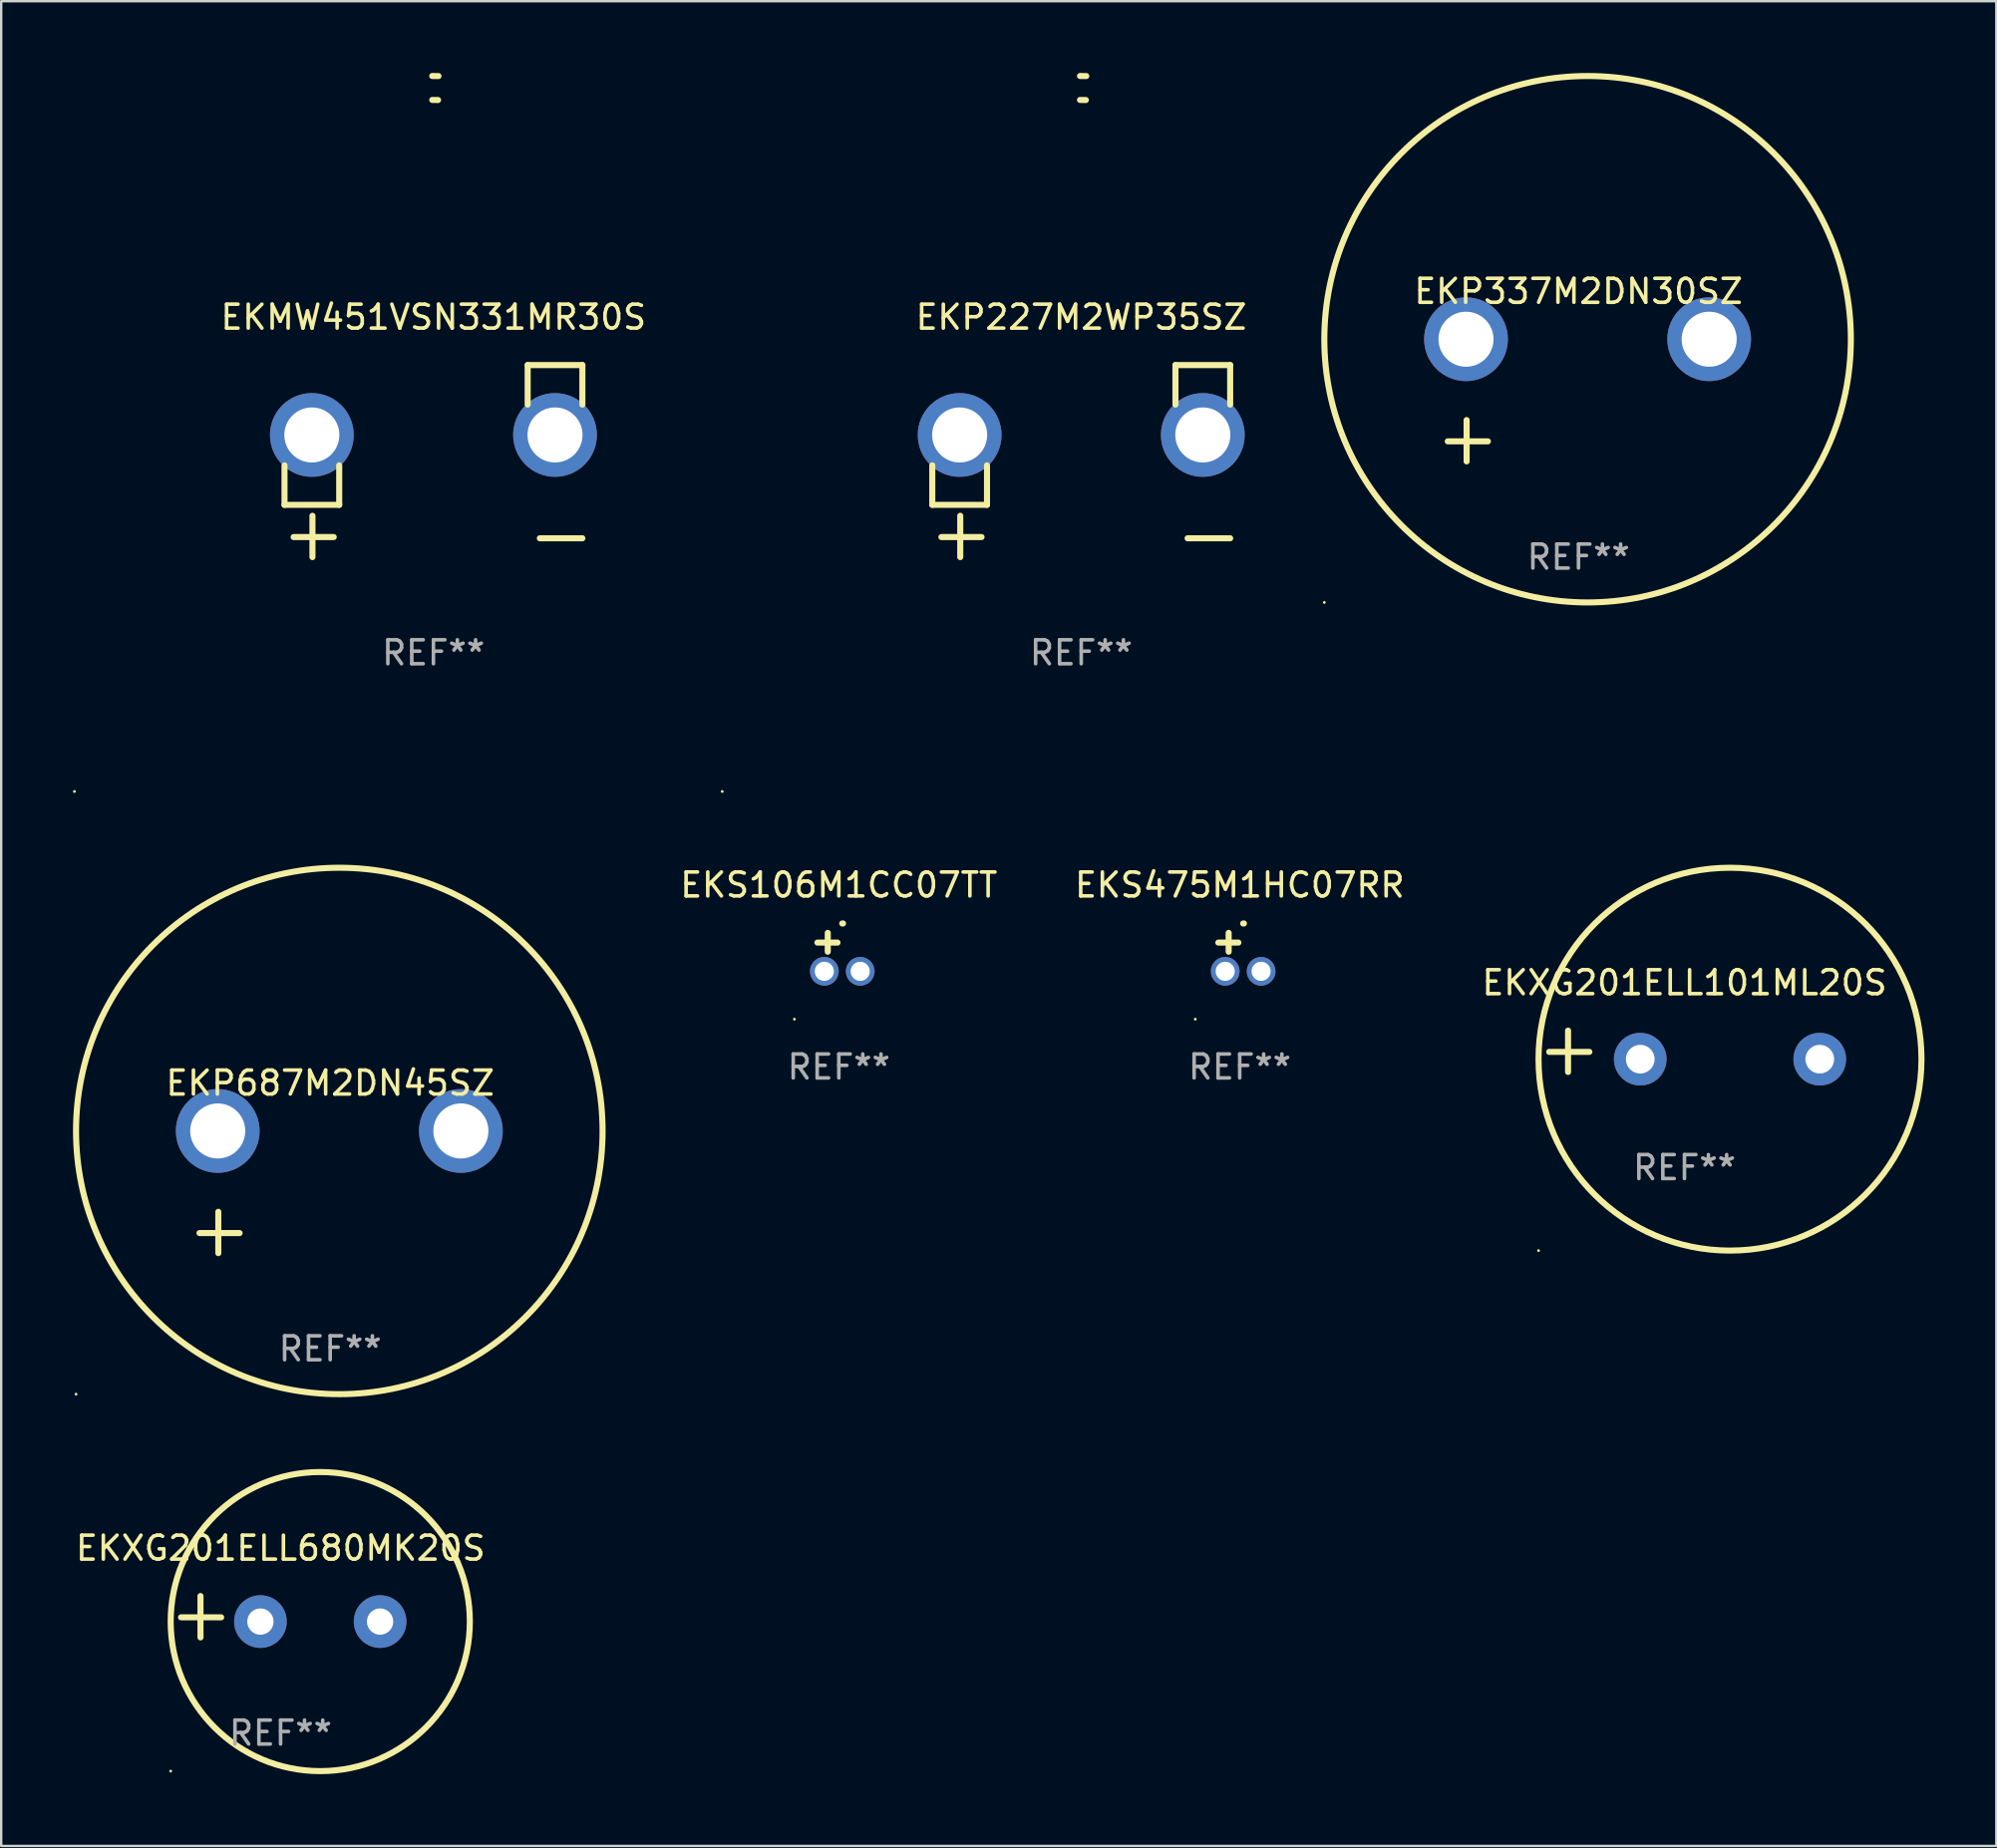
<source format=kicad_pcb>
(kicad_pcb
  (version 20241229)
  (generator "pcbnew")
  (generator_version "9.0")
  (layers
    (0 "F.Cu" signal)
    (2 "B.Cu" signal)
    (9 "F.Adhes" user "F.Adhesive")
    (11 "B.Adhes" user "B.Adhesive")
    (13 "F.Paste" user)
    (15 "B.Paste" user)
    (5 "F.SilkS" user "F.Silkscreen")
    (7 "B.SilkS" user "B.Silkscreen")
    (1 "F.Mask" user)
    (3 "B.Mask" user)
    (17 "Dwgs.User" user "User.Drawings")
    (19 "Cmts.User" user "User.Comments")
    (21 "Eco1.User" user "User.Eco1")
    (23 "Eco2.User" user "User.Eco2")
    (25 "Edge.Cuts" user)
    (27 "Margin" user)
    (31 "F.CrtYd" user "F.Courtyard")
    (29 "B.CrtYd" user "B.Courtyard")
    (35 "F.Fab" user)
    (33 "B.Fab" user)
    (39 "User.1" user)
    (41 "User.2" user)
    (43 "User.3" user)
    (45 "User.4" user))
  (footprint "EKP227M2WP35SZ"
    (layer "F.Cu")
    (at 42.126 16.22)
    (property "Reference" "EKP227M2WP35SZ" (at 0 -6.013 0) (layer "F.SilkS") (effects (font (size 1 1) (thickness 0.15))))
    (attr through_hole)
    (fp_line (start -6.223 0.178) (end -6.223 1.829) (stroke (width 0.254) (type solid)) (layer "F.SilkS"))
    (fp_line (start -6.223 1.829) (end -3.937 1.829) (stroke (width 0.254) (type solid)) (layer "F.SilkS"))
    (fp_line (start -5.055 4.013) (end -5.055 2.286) (stroke (width 0.254) (type solid)) (layer "F.SilkS"))
    (fp_line (start -4.166 3.175) (end -5.842 3.175) (stroke (width 0.254) (type solid)) (layer "F.SilkS"))
    (fp_line (start -3.937 1.829) (end -3.937 0.178) (stroke (width 0.254) (type solid)) (layer "F.SilkS"))
    (fp_line (start 3.937 -4.013) (end 3.937 -2.362) (stroke (width 0.254) (type solid)) (layer "F.SilkS"))
    (fp_line (start 6.223 -4.013) (end 3.937 -4.013) (stroke (width 0.254) (type solid)) (layer "F.SilkS"))
    (fp_line (start 6.223 -2.362) (end 6.223 -4.013) (stroke (width 0.254) (type solid)) (layer "F.SilkS"))
    (fp_line (start 6.223 3.226) (end 4.445 3.226) (stroke (width 0.254) (type solid)) (layer "F.SilkS"))
    (fp_arc (start -0.0508 -16.093472) (mid 0.080016 -16.092762) (end 0.210821 -16.090932) (stroke (width 0.254001) (type solid)) (layer "F.SilkS"))
    (fp_arc (start -0.0508 -15.09271) (mid 0.071125 -15.091961) (end 0.19304 -15.09017) (stroke (width 0.254001) (type solid)) (layer "F.SilkS"))
    (fp_circle (center -15 13.808) (end -14.97 13.808) (stroke (width 0.06) (type solid)) (fill no) (layer "F.SilkS"))
    (fp_text user "REF**" (at 0 8.013 0) (layer "F.Fab") (effects (font (size 1 1) (thickness 0.15))))
    (pad "1" thru_hole circle (at -5.08 -1.092) (size 3.5 3.5) (drill 2.3) (layers "*.Cu" "*.Mask"))
    (pad "2" thru_hole circle (at 5.08 -1.092) (size 3.5 3.5) (drill 2.3) (layers "*.Cu" "*.Mask")))
  (footprint "EKXG201ELL101ML20S"
    (layer "F.Cu")
    (at 67.331 40.885)
    (property "Reference" "EKXG201ELL101ML20S" (at 0 -2.864 0) (layer "F.SilkS") (effects (font (size 1 1) (thickness 0.15))))
    (attr through_hole)
    (fp_line (start -4.864 0.864) (end -4.864 -0.864) (stroke (width 0.254) (type solid)) (layer "F.SilkS"))
    (fp_line (start -3.975 0.025) (end -5.652 0.025) (stroke (width 0.254) (type solid)) (layer "F.SilkS"))
    (fp_circle (center -6.098 8.33) (end -6.068 8.33) (stroke (width 0.06) (type solid)) (fill no) (layer "F.SilkS"))
    (fp_circle (center 1.902 0.33) (end 9.902 0.33) (stroke (width 0.254) (type solid)) (fill no) (layer "F.SilkS"))
    (fp_text user "REF**" (at 0 4.864 0) (layer "F.Fab") (effects (font (size 1 1) (thickness 0.15))))
    (pad "1" thru_hole circle (at -1.848 0.33) (size 2.2 2.2) (drill 1.2) (layers "*.Cu" "*.Mask"))
    (pad "2" thru_hole circle (at 5.652 0.33) (size 2.2 2.2) (drill 1.2) (layers "*.Cu" "*.Mask")))
  (footprint "EKXG201ELL680MK20S"
    (layer "F.Cu")
    (at 8.673 64.516)
    (property "Reference" "EKXG201ELL680MK20S" (at 0 -2.864 0) (layer "F.SilkS") (effects (font (size 1 1) (thickness 0.15))))
    (attr through_hole)
    (fp_line (start -3.346 0.864) (end -3.346 -0.864) (stroke (width 0.254) (type solid)) (layer "F.SilkS"))
    (fp_line (start -2.482 0.025) (end -4.158 0.025) (stroke (width 0.254) (type solid)) (layer "F.SilkS"))
    (fp_circle (center -4.592 6.453) (end -4.562 6.453) (stroke (width 0.06) (type solid)) (fill no) (layer "F.SilkS"))
    (fp_circle (center 1.658 0.203) (end 7.908 0.203) (stroke (width 0.254) (type solid)) (fill no) (layer "F.SilkS"))
    (fp_text user "REF**" (at 0 4.864 0) (layer "F.Fab") (effects (font (size 1 1) (thickness 0.15))))
    (pad "1" thru_hole circle (at -0.842 0.203) (size 2.2 2.2) (drill 1.1) (layers "*.Cu" "*.Mask"))
    (pad "2" thru_hole circle (at 4.158 0.203) (size 2.2 2.2) (drill 1.1) (layers "*.Cu" "*.Mask")))
  (footprint "EKP687M2DN45SZ"
    (layer "F.Cu")
    (at 10.746 46.768)
    (property "Reference" "EKP687M2DN45SZ" (at 0 -4.553 0) (layer "F.SilkS") (effects (font (size 1 1) (thickness 0.15))))
    (attr through_hole)
    (fp_line (start -4.674 2.553) (end -4.674 0.826) (stroke (width 0.254) (type solid)) (layer "F.SilkS"))
    (fp_line (start -3.785 1.715) (end -5.461 1.715) (stroke (width 0.254) (type solid)) (layer "F.SilkS"))
    (fp_circle (center -10.619 8.447) (end -10.589 8.447) (stroke (width 0.06) (type solid)) (fill no) (layer "F.SilkS"))
    (fp_circle (center 0.381 -2.553) (end 11.381 -2.553) (stroke (width 0.254) (type solid)) (fill no) (layer "F.SilkS"))
    (fp_text user "REF**" (at 0 6.553 0) (layer "F.Fab") (effects (font (size 1 1) (thickness 0.15))))
    (pad "1" thru_hole circle (at -4.699 -2.553) (size 3.5 3.5) (drill 2.3) (layers "*.Cu" "*.Mask"))
    (pad "2" thru_hole circle (at 5.461 -2.553) (size 3.5 3.5) (drill 2.3) (layers "*.Cu" "*.Mask")))
  (footprint "EKS475M1HC07RR"
    (layer "F.Cu")
    (at 48.748 36.74)
    (property "Reference" "EKS475M1HC07RR" (at 0 -2.803 0) (layer "F.SilkS") (effects (font (size 1 1) (thickness 0.15))))
    (attr through_hole)
    (fp_line (start -0.462 -0.016) (end -0.462 -0.803) (stroke (width 0.254) (type solid)) (layer "F.SilkS"))
    (fp_line (start -0.056 -0.397) (end -0.894 -0.397) (stroke (width 0.254) (type solid)) (layer "F.SilkS"))
    (fp_arc (start 0.142799 -1.195784) (mid 0.159309 -1.195852) (end 0.175819 -1.195784) (stroke (width 0.254001) (type solid)) (layer "F.SilkS"))
    (fp_circle (center -1.856 2.803) (end -1.826 2.803) (stroke (width 0.06) (type solid)) (fill no) (layer "F.SilkS"))
    (fp_text user "REF**" (at 0 4.803 0) (layer "F.Fab") (effects (font (size 1 1) (thickness 0.15))))
    (pad "1" thru_hole circle (at -0.606 0.803) (size 1.2 1.2) (drill 0.8) (layers "*.Cu" "*.Mask"))
    (pad "2" thru_hole circle (at 0.894 0.803) (size 1.2 1.2) (drill 0.8) (layers "*.Cu" "*.Mask")))
  (footprint "EKS106M1CC07TT"
    (layer "F.Cu")
    (at 31.998 36.74)
    (property "Reference" "EKS106M1CC07TT" (at 0 -2.803 0) (layer "F.SilkS") (effects (font (size 1 1) (thickness 0.15))))
    (attr through_hole)
    (fp_line (start -0.462 -0.016) (end -0.462 -0.803) (stroke (width 0.254) (type solid)) (layer "F.SilkS"))
    (fp_line (start -0.056 -0.397) (end -0.894 -0.397) (stroke (width 0.254) (type solid)) (layer "F.SilkS"))
    (fp_arc (start 0.142799 -1.195784) (mid 0.159309 -1.195852) (end 0.175819 -1.195784) (stroke (width 0.254001) (type solid)) (layer "F.SilkS"))
    (fp_circle (center -1.856 2.803) (end -1.826 2.803) (stroke (width 0.06) (type solid)) (fill no) (layer "F.SilkS"))
    (fp_text user "REF**" (at 0 4.803 0) (layer "F.Fab") (effects (font (size 1 1) (thickness 0.15))))
    (pad "1" thru_hole circle (at -0.606 0.803) (size 1.2 1.2) (drill 0.8) (layers "*.Cu" "*.Mask"))
    (pad "2" thru_hole circle (at 0.894 0.803) (size 1.2 1.2) (drill 0.8) (layers "*.Cu" "*.Mask")))
  (footprint "EKP337M2DN30SZ"
    (layer "F.Cu")
    (at 62.902 13.68)
    (property "Reference" "EKP337M2DN30SZ" (at 0 -4.553 0) (layer "F.SilkS") (effects (font (size 1 1) (thickness 0.15))))
    (attr through_hole)
    (fp_line (start -4.674 2.553) (end -4.674 0.826) (stroke (width 0.254) (type solid)) (layer "F.SilkS"))
    (fp_line (start -3.785 1.715) (end -5.461 1.715) (stroke (width 0.254) (type solid)) (layer "F.SilkS"))
    (fp_circle (center -10.619 8.447) (end -10.589 8.447) (stroke (width 0.06) (type solid)) (fill no) (layer "F.SilkS"))
    (fp_circle (center 0.381 -2.553) (end 11.381 -2.553) (stroke (width 0.254) (type solid)) (fill no) (layer "F.SilkS"))
    (fp_text user "REF**" (at 0 6.553 0) (layer "F.Fab") (effects (font (size 1 1) (thickness 0.15))))
    (pad "1" thru_hole circle (at -4.699 -2.553) (size 3.5 3.5) (drill 2.3) (layers "*.Cu" "*.Mask"))
    (pad "2" thru_hole circle (at 5.461 -2.553) (size 3.5 3.5) (drill 2.3) (layers "*.Cu" "*.Mask")))
  (footprint "EKMW451VSN331MR30S"
    (layer "F.Cu")
    (at 15.06 16.22)
    (property "Reference" "EKMW451VSN331MR30S" (at 0 -6.013 0) (layer "F.SilkS") (effects (font (size 1 1) (thickness 0.15))))
    (attr through_hole)
    (fp_line (start -6.223 0.178) (end -6.223 1.829) (stroke (width 0.254) (type solid)) (layer "F.SilkS"))
    (fp_line (start -6.223 1.829) (end -3.937 1.829) (stroke (width 0.254) (type solid)) (layer "F.SilkS"))
    (fp_line (start -5.055 4.013) (end -5.055 2.286) (stroke (width 0.254) (type solid)) (layer "F.SilkS"))
    (fp_line (start -4.166 3.175) (end -5.842 3.175) (stroke (width 0.254) (type solid)) (layer "F.SilkS"))
    (fp_line (start -3.937 1.829) (end -3.937 0.178) (stroke (width 0.254) (type solid)) (layer "F.SilkS"))
    (fp_line (start 3.937 -4.013) (end 3.937 -2.362) (stroke (width 0.254) (type solid)) (layer "F.SilkS"))
    (fp_line (start 6.223 -4.013) (end 3.937 -4.013) (stroke (width 0.254) (type solid)) (layer "F.SilkS"))
    (fp_line (start 6.223 -2.362) (end 6.223 -4.013) (stroke (width 0.254) (type solid)) (layer "F.SilkS"))
    (fp_line (start 6.223 3.226) (end 4.445 3.226) (stroke (width 0.254) (type solid)) (layer "F.SilkS"))
    (fp_arc (start -0.0508 -16.093472) (mid 0.080016 -16.092762) (end 0.210821 -16.090932) (stroke (width 0.254001) (type solid)) (layer "F.SilkS"))
    (fp_arc (start -0.0508 -15.09271) (mid 0.071125 -15.091961) (end 0.19304 -15.09017) (stroke (width 0.254001) (type solid)) (layer "F.SilkS"))
    (fp_circle (center -15 13.808) (end -14.97 13.808) (stroke (width 0.06) (type solid)) (fill no) (layer "F.SilkS"))
    (fp_text user "REF**" (at 0 8.013 0) (layer "F.Fab") (effects (font (size 1 1) (thickness 0.15))))
    (pad "1" thru_hole circle (at -5.08 -1.092) (size 3.5 3.5) (drill 2.3) (layers "*.Cu" "*.Mask"))
    (pad "2" thru_hole circle (at 5.08 -1.092) (size 3.5 3.5) (drill 2.3) (layers "*.Cu" "*.Mask")))
  (gr_rect
    (start -3 -3)
    (end 80.36 74.096)
    (stroke (width 0.1) (type default))
    (fill no)
    (layer "Edge.Cuts")))
</source>
